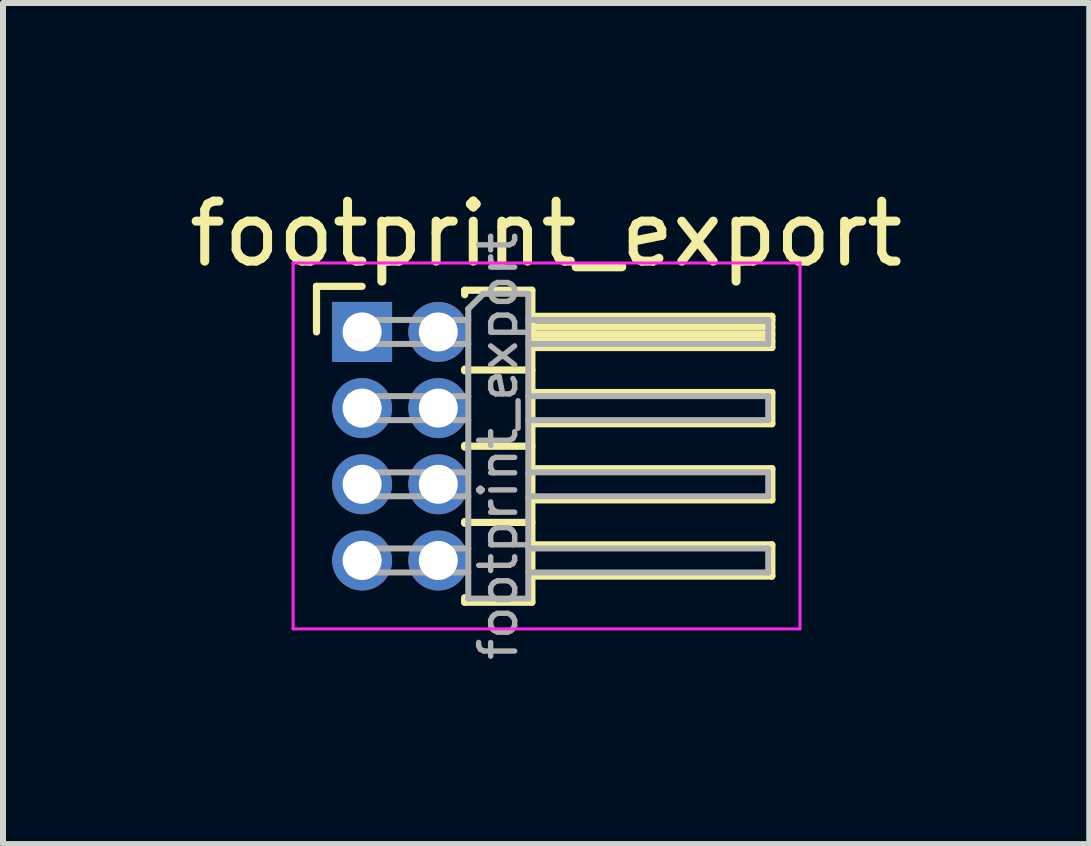
<source format=kicad_pcb>
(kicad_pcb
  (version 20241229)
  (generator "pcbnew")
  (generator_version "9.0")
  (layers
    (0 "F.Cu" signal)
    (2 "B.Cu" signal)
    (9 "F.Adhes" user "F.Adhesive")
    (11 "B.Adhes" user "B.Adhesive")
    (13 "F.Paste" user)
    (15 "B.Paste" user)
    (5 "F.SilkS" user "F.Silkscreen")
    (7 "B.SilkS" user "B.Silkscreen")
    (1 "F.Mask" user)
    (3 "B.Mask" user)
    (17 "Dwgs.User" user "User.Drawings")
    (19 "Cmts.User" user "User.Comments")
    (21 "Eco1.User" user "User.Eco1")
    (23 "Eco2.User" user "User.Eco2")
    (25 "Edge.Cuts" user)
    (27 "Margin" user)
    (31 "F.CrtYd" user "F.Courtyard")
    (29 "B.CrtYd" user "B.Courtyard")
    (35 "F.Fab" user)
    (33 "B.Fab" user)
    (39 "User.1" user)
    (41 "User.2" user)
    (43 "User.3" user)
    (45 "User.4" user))
  (footprint "footprint_export"
    (layer "F.Cu")
    (at 2.986 2.483)
    (property "Reference" "footprint_export" (at 3.067 -1.635 0) (layer "F.SilkS") (effects (font (size 1 1) (thickness 0.15))))
    (attr through_hole)
    (fp_line (start -0.76 -0.76) (end 0 -0.76) (stroke (width 0.12) (type solid)) (layer "F.SilkS"))
    (fp_line (start -0.76 0) (end -0.76 -0.76) (stroke (width 0.12) (type solid)) (layer "F.SilkS"))
    (fp_line (start 1.71 -0.695) (end 2.83 -0.695) (stroke (width 0.12) (type solid)) (layer "F.SilkS"))
    (fp_line (start 1.71 -0.62) (end 1.71 -0.695) (stroke (width 0.12) (type solid)) (layer "F.SilkS"))
    (fp_line (start 1.71 0.62) (end 1.71 0.65) (stroke (width 0.12) (type solid)) (layer "F.SilkS"))
    (fp_line (start 1.71 0.635) (end 2.83 0.635) (stroke (width 0.12) (type solid)) (layer "F.SilkS"))
    (fp_line (start 1.71 1.89) (end 1.71 1.92) (stroke (width 0.12) (type solid)) (layer "F.SilkS"))
    (fp_line (start 1.71 1.905) (end 2.83 1.905) (stroke (width 0.12) (type solid)) (layer "F.SilkS"))
    (fp_line (start 1.71 3.16) (end 1.71 3.19) (stroke (width 0.12) (type solid)) (layer "F.SilkS"))
    (fp_line (start 1.71 3.175) (end 2.83 3.175) (stroke (width 0.12) (type solid)) (layer "F.SilkS"))
    (fp_line (start 1.71 4.505) (end 1.71 4.43) (stroke (width 0.12) (type solid)) (layer "F.SilkS"))
    (fp_line (start 2.83 -0.695) (end 2.83 4.505) (stroke (width 0.12) (type solid)) (layer "F.SilkS"))
    (fp_line (start 2.83 -0.26) (end 6.83 -0.26) (stroke (width 0.12) (type solid)) (layer "F.SilkS"))
    (fp_line (start 2.83 -0.2) (end 6.83 -0.2) (stroke (width 0.12) (type solid)) (layer "F.SilkS"))
    (fp_line (start 2.83 -0.08) (end 6.83 -0.08) (stroke (width 0.12) (type solid)) (layer "F.SilkS"))
    (fp_line (start 2.83 0.04) (end 6.83 0.04) (stroke (width 0.12) (type solid)) (layer "F.SilkS"))
    (fp_line (start 2.83 0.16) (end 6.83 0.16) (stroke (width 0.12) (type solid)) (layer "F.SilkS"))
    (fp_line (start 2.83 1.01) (end 6.83 1.01) (stroke (width 0.12) (type solid)) (layer "F.SilkS"))
    (fp_line (start 2.83 2.28) (end 6.83 2.28) (stroke (width 0.12) (type solid)) (layer "F.SilkS"))
    (fp_line (start 2.83 3.55) (end 6.83 3.55) (stroke (width 0.12) (type solid)) (layer "F.SilkS"))
    (fp_line (start 2.83 4.505) (end 1.71 4.505) (stroke (width 0.12) (type solid)) (layer "F.SilkS"))
    (fp_line (start 6.83 -0.26) (end 6.83 0.26) (stroke (width 0.12) (type solid)) (layer "F.SilkS"))
    (fp_line (start 6.83 0.26) (end 2.83 0.26) (stroke (width 0.12) (type solid)) (layer "F.SilkS"))
    (fp_line (start 6.83 1.01) (end 6.83 1.53) (stroke (width 0.12) (type solid)) (layer "F.SilkS"))
    (fp_line (start 6.83 1.53) (end 2.83 1.53) (stroke (width 0.12) (type solid)) (layer "F.SilkS"))
    (fp_line (start 6.83 2.28) (end 6.83 2.8) (stroke (width 0.12) (type solid)) (layer "F.SilkS"))
    (fp_line (start 6.83 2.8) (end 2.83 2.8) (stroke (width 0.12) (type solid)) (layer "F.SilkS"))
    (fp_line (start 6.83 3.55) (end 6.83 4.07) (stroke (width 0.12) (type solid)) (layer "F.SilkS"))
    (fp_line (start 6.83 4.07) (end 2.83 4.07) (stroke (width 0.12) (type solid)) (layer "F.SilkS"))
    (fp_line (start -1.15 -1.15) (end -1.15 4.95) (stroke (width 0.05) (type solid)) (layer "F.CrtYd"))
    (fp_line (start -1.15 4.95) (end 7.3 4.95) (stroke (width 0.05) (type solid)) (layer "F.CrtYd"))
    (fp_line (start 7.3 -1.15) (end -1.15 -1.15) (stroke (width 0.05) (type solid)) (layer "F.CrtYd"))
    (fp_line (start 7.3 4.95) (end 7.3 -1.15) (stroke (width 0.05) (type solid)) (layer "F.CrtYd"))
    (fp_line (start -0.2 -0.2) (end -0.2 0.2) (stroke (width 0.1) (type solid)) (layer "F.Fab"))
    (fp_line (start -0.2 -0.2) (end 1.77 -0.2) (stroke (width 0.1) (type solid)) (layer "F.Fab"))
    (fp_line (start -0.2 0.2) (end 1.77 0.2) (stroke (width 0.1) (type solid)) (layer "F.Fab"))
    (fp_line (start -0.2 1.07) (end -0.2 1.47) (stroke (width 0.1) (type solid)) (layer "F.Fab"))
    (fp_line (start -0.2 1.07) (end 1.77 1.07) (stroke (width 0.1) (type solid)) (layer "F.Fab"))
    (fp_line (start -0.2 1.47) (end 1.77 1.47) (stroke (width 0.1) (type solid)) (layer "F.Fab"))
    (fp_line (start -0.2 2.34) (end -0.2 2.74) (stroke (width 0.1) (type solid)) (layer "F.Fab"))
    (fp_line (start -0.2 2.34) (end 1.77 2.34) (stroke (width 0.1) (type solid)) (layer "F.Fab"))
    (fp_line (start -0.2 2.74) (end 1.77 2.74) (stroke (width 0.1) (type solid)) (layer "F.Fab"))
    (fp_line (start -0.2 3.61) (end -0.2 4.01) (stroke (width 0.1) (type solid)) (layer "F.Fab"))
    (fp_line (start -0.2 3.61) (end 1.77 3.61) (stroke (width 0.1) (type solid)) (layer "F.Fab"))
    (fp_line (start -0.2 4.01) (end 1.77 4.01) (stroke (width 0.1) (type solid)) (layer "F.Fab"))
    (fp_line (start 1.77 -0.385) (end 2.02 -0.635) (stroke (width 0.1) (type solid)) (layer "F.Fab"))
    (fp_line (start 1.77 4.445) (end 1.77 -0.385) (stroke (width 0.1) (type solid)) (layer "F.Fab"))
    (fp_line (start 2.02 -0.635) (end 2.77 -0.635) (stroke (width 0.1) (type solid)) (layer "F.Fab"))
    (fp_line (start 2.77 -0.635) (end 2.77 4.445) (stroke (width 0.1) (type solid)) (layer "F.Fab"))
    (fp_line (start 2.77 -0.2) (end 6.77 -0.2) (stroke (width 0.1) (type solid)) (layer "F.Fab"))
    (fp_line (start 2.77 0.2) (end 6.77 0.2) (stroke (width 0.1) (type solid)) (layer "F.Fab"))
    (fp_line (start 2.77 1.07) (end 6.77 1.07) (stroke (width 0.1) (type solid)) (layer "F.Fab"))
    (fp_line (start 2.77 1.47) (end 6.77 1.47) (stroke (width 0.1) (type solid)) (layer "F.Fab"))
    (fp_line (start 2.77 2.34) (end 6.77 2.34) (stroke (width 0.1) (type solid)) (layer "F.Fab"))
    (fp_line (start 2.77 2.74) (end 6.77 2.74) (stroke (width 0.1) (type solid)) (layer "F.Fab"))
    (fp_line (start 2.77 3.61) (end 6.77 3.61) (stroke (width 0.1) (type solid)) (layer "F.Fab"))
    (fp_line (start 2.77 4.01) (end 6.77 4.01) (stroke (width 0.1) (type solid)) (layer "F.Fab"))
    (fp_line (start 2.77 4.445) (end 1.77 4.445) (stroke (width 0.1) (type solid)) (layer "F.Fab"))
    (fp_line (start 6.77 -0.2) (end 6.77 0.2) (stroke (width 0.1) (type solid)) (layer "F.Fab"))
    (fp_line (start 6.77 1.07) (end 6.77 1.47) (stroke (width 0.1) (type solid)) (layer "F.Fab"))
    (fp_line (start 6.77 2.34) (end 6.77 2.74) (stroke (width 0.1) (type solid)) (layer "F.Fab"))
    (fp_line (start 6.77 3.61) (end 6.77 4.01) (stroke (width 0.1) (type solid)) (layer "F.Fab"))
    (fp_text user "${REFERENCE}" (at 2.27 1.905 90) (layer "F.Fab") (effects (font (size 0.6 0.6) (thickness 0.09))))
    (pad "1" thru_hole rect (at 0 0) (size 1 1) (drill 0.65) (layers "*.Cu" "*.Mask"))
    (pad "2" thru_hole oval (at 1.27 0) (size 1 1) (drill 0.65) (layers "*.Cu" "*.Mask"))
    (pad "3" thru_hole oval (at 0 1.27) (size 1 1) (drill 0.65) (layers "*.Cu" "*.Mask"))
    (pad "4" thru_hole oval (at 1.27 1.27) (size 1 1) (drill 0.65) (layers "*.Cu" "*.Mask"))
    (pad "5" thru_hole oval (at 0 2.54) (size 1 1) (drill 0.65) (layers "*.Cu" "*.Mask"))
    (pad "6" thru_hole oval (at 1.27 2.54) (size 1 1) (drill 0.65) (layers "*.Cu" "*.Mask"))
    (pad "7" thru_hole oval (at 0 3.81) (size 1 1) (drill 0.65) (layers "*.Cu" "*.Mask"))
    (pad "8" thru_hole oval (at 1.27 3.81) (size 1 1) (drill 0.65) (layers "*.Cu" "*.Mask")))
  (gr_rect
    (start -3 -3)
    (end 15.107 11.02)
    (stroke (width 0.1) (type default))
    (fill no)
    (layer "Edge.Cuts")))
</source>
